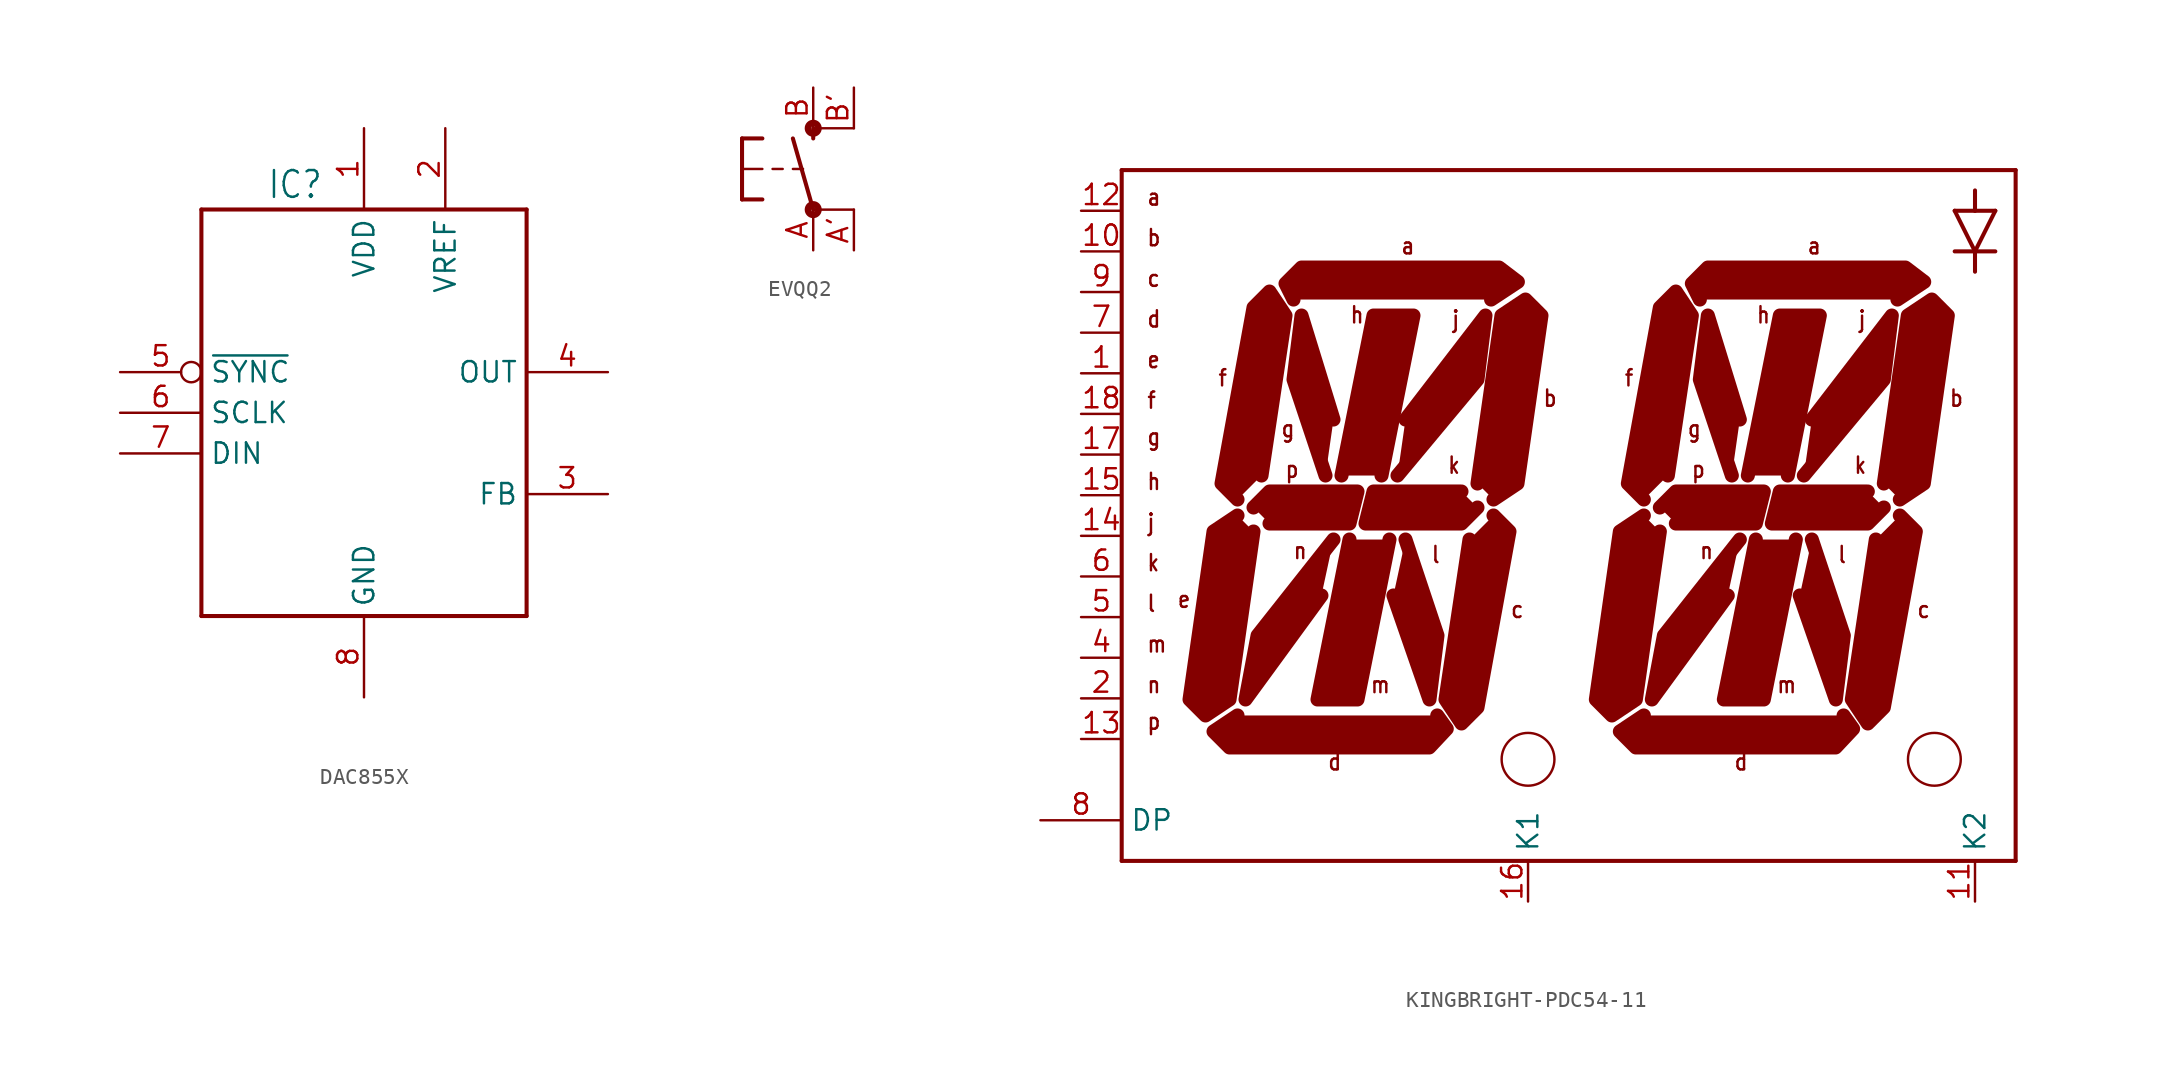
<source format=kicad_sym>
(kicad_symbol_lib
  (version 20231120)
  (generator "kicad_symbol_editor")
  (generator_version "8.0")
  (symbol "DAC855X"
    (property "Reference" "IC"
      (at -2.54 15.24 0)
      (effects (font (size 1.676 1.425)) (justify right top)))
    (property "Value" ""
      (at -10.16 -15.24 0)
      (effects (font (size 1.422 1.209)) (justify left bottom)))
    (property "ki_locked" ""
      (at 0 0 0)
      (effects (font (size 1.27 1.27))))
    (symbol "DAC855X_1_0"
      (polyline (pts (xy -10.16 -12.7) (xy -10.16 12.7)) (stroke (width 0.254) (type solid)) (fill (type none)))
      (polyline (pts (xy -10.16 12.7) (xy 10.16 12.7)) (stroke (width 0.254) (type solid)) (fill (type none)))
      (polyline (pts (xy 10.16 -12.7) (xy -10.16 -12.7)) (stroke (width 0.254) (type solid)) (fill (type none)))
      (polyline (pts (xy 10.16 12.7) (xy 10.16 -12.7)) (stroke (width 0.254) (type solid)) (fill (type none)))
      (pin power_in line (at 0 17.78 270) (length 5.08) (name "VDD" (effects (font (size 1.27 1.27)))) (number "1" (effects (font (size 1.27 1.27)))))
      (pin power_in line (at 5.08 17.78 270) (length 5.08) (name "VREF" (effects (font (size 1.27 1.27)))) (number "2" (effects (font (size 1.27 1.27)))))
      (pin input line (at 15.24 -5.08 180) (length 5.08) (name "FB" (effects (font (size 1.27 1.27)))) (number "3" (effects (font (size 1.27 1.27)))))
      (pin output line (at 15.24 2.54 180) (length 5.08) (name "OUT" (effects (font (size 1.27 1.27)))) (number "4" (effects (font (size 1.27 1.27)))))
      (pin bidirectional inverted (at -15.24 2.54 0) (length 5.08) (name "~{SYNC}" (effects (font (size 1.27 1.27)))) (number "5" (effects (font (size 1.27 1.27)))))
      (pin bidirectional line (at -15.24 0 0) (length 5.08) (name "SCLK" (effects (font (size 1.27 1.27)))) (number "6" (effects (font (size 1.27 1.27)))))
      (pin bidirectional line (at -15.24 -2.54 0) (length 5.08) (name "DIN" (effects (font (size 1.27 1.27)))) (number "7" (effects (font (size 1.27 1.27)))))
      (pin power_in line (at 0 -17.78 90) (length 5.08) (name "GND" (effects (font (size 1.27 1.27)))) (number "8" (effects (font (size 1.27 1.27)))))))
  (symbol "EVQQ2"
    (property "Reference" ""
      (at -6.35 -2.54 90)
      (effects (font (size 1.778 1.511)) (justify left bottom) (hide yes)))
    (property "Value" ""
      (at -3.81 3.175 90)
      (effects (font (size 1.778 1.511)) (justify left bottom)))
    (property "ki_locked" ""
      (at 0 0 0)
      (effects (font (size 1.27 1.27))))
    (symbol "EVQQ2_1_0"
      (circle (center 0 -2.54) (radius 0.127) (stroke (width 0.406) (type solid)) (fill (type none)))
      (polyline (pts (xy -4.445 -1.905) (xy -3.175 -1.905)) (stroke (width 0.254) (type solid)) (fill (type none)))
      (polyline (pts (xy -4.445 0) (xy -4.445 -1.905)) (stroke (width 0.254) (type solid)) (fill (type none)))
      (polyline (pts (xy -4.445 0) (xy -3.175 0)) (stroke (width 0.152) (type solid)) (fill (type none)))
      (polyline (pts (xy -4.445 1.905) (xy -4.445 0)) (stroke (width 0.254) (type solid)) (fill (type none)))
      (polyline (pts (xy -4.445 1.905) (xy -3.175 1.905)) (stroke (width 0.254) (type solid)) (fill (type none)))
      (polyline (pts (xy -2.54 0) (xy -1.905 0)) (stroke (width 0.152) (type solid)) (fill (type none)))
      (polyline (pts (xy -1.27 0) (xy -0.635 0)) (stroke (width 0.152) (type solid)) (fill (type none)))
      (polyline (pts (xy 0 -2.54) (xy -1.27 1.905)) (stroke (width 0.254) (type solid)) (fill (type none)))
      (polyline (pts (xy 0 1.905) (xy 0 2.54)) (stroke (width 0.254) (type solid)) (fill (type none)))
      (polyline (pts (xy 2.54 -2.54) (xy 0 -2.54)) (stroke (width 0.152) (type solid)) (fill (type none)))
      (polyline (pts (xy 2.54 2.54) (xy 0 2.54)) (stroke (width 0.152) (type solid)) (fill (type none)))
      (circle (center 0 2.54) (radius 0.127) (stroke (width 0.406) (type solid)) (fill (type none)))
      (pin passive line (at 0 -5.08 90) (length 2.54) (name "P" (effects (font (size 0 0)))) (number "A" (effects (font (size 1.27 1.27)))))
      (pin passive line (at 2.54 -5.08 90) (length 2.54) (name "P1" (effects (font (size 0 0)))) (number "A'" (effects (font (size 1.27 1.27)))))
      (pin passive line (at 0 5.08 270) (length 2.54) (name "S" (effects (font (size 0 0)))) (number "B" (effects (font (size 1.27 1.27)))))
      (pin passive line (at 2.54 5.08 270) (length 2.54) (name "S1" (effects (font (size 0 0)))) (number "B'" (effects (font (size 1.27 1.27)))))))
  (symbol "KINGBRIGHT-PDC54-11"
    (property "Reference" ""
      (at -12.7 19.05 0)
      (effects (font (size 1.778 1.511)) (justify left bottom) (hide yes)))
    (property "Value" ""
      (at 3.81 19.05 0)
      (effects (font (size 1.778 1.511)) (justify left bottom)))
    (property "ki_locked" ""
      (at 0 0 0)
      (effects (font (size 1.27 1.27))))
    (symbol "KINGBRIGHT-PDC54-11_1_0"
      (polyline (pts (xy -12.7 -25.4) (xy -12.7 17.78)) (stroke (width 0.254) (type solid)) (fill (type none)))
      (polyline (pts (xy -12.7 17.78) (xy 43.18 17.78)) (stroke (width 0.254) (type solid)) (fill (type none)))
      (polyline (pts (xy 39.37 12.7) (xy 40.64 12.7)) (stroke (width 0.254) (type solid)) (fill (type none)))
      (polyline (pts (xy 39.37 15.24) (xy 40.64 12.7)) (stroke (width 0.254) (type solid)) (fill (type none)))
      (polyline (pts (xy 40.64 12.7) (xy 40.64 11.43)) (stroke (width 0.254) (type solid)) (fill (type none)))
      (polyline (pts (xy 40.64 12.7) (xy 41.91 12.7)) (stroke (width 0.254) (type solid)) (fill (type none)))
      (polyline (pts (xy 40.64 12.7) (xy 41.91 15.24)) (stroke (width 0.254) (type solid)) (fill (type none)))
      (polyline (pts (xy 40.64 15.24) (xy 39.37 15.24)) (stroke (width 0.254) (type solid)) (fill (type none)))
      (polyline (pts (xy 40.64 15.24) (xy 40.64 16.51)) (stroke (width 0.254) (type solid)) (fill (type none)))
      (polyline (pts (xy 41.91 15.24) (xy 40.64 15.24)) (stroke (width 0.254) (type solid)) (fill (type none)))
      (polyline (pts (xy 43.18 -25.4) (xy -12.7 -25.4)) (stroke (width 0.254) (type solid)) (fill (type none)))
      (polyline (pts (xy 43.18 17.78) (xy 43.18 -25.4)) (stroke (width 0.254) (type solid)) (fill (type none)))
      (polyline (pts (xy 0.54 -5.31) (xy -4.206 -11.31) (xy -4.96 -15.31) (xy -0.214 -8.81)) (stroke (width 0.878) (type solid)) (fill (type outline)))
      (polyline (pts (xy 0.54 2.19) (xy -1.46 8.69) (xy -1.96 4.69) (xy 0.04 -1.31)) (stroke (width 0.878) (type solid)) (fill (type outline)))
      (polyline (pts (xy 1.54 -5.31) (xy -0.46 -15.31) (xy 2.04 -15.31) (xy 4.04 -5.31)) (stroke (width 0.878) (type solid)) (fill (type outline)))
      (polyline (pts (xy 3.54 -1.31) (xy 5.54 8.69) (xy 3.04 8.69) (xy 1.04 -1.31)) (stroke (width 0.878) (type solid)) (fill (type outline)))
      (polyline (pts (xy 4.286 -8.81) (xy 6.54 -15.31) (xy 7.04 -11.31) (xy 5.04 -5.31)) (stroke (width 0.878) (type solid)) (fill (type outline)))
      (polyline (pts (xy 4.54 -1.31) (xy 9.54 4.69) (xy 10.04 8.69) (xy 5.04 2.19)) (stroke (width 0.878) (type solid)) (fill (type outline)))
      (polyline (pts (xy 25.94 -5.31) (xy 21.194 -11.31) (xy 20.44 -15.31) (xy 25.186 -8.81)) (stroke (width 0.878) (type solid)) (fill (type outline)))
      (polyline (pts (xy 25.94 2.19) (xy 23.94 8.69) (xy 23.44 4.69) (xy 25.44 -1.31)) (stroke (width 0.878) (type solid)) (fill (type outline)))
      (polyline (pts (xy 26.94 -5.31) (xy 24.94 -15.31) (xy 27.44 -15.31) (xy 29.44 -5.31)) (stroke (width 0.878) (type solid)) (fill (type outline)))
      (polyline (pts (xy 28.94 -1.31) (xy 30.94 8.69) (xy 28.44 8.69) (xy 26.44 -1.31)) (stroke (width 0.878) (type solid)) (fill (type outline)))
      (polyline (pts (xy 29.686 -8.81) (xy 31.94 -15.31) (xy 32.44 -11.31) (xy 30.44 -5.31)) (stroke (width 0.878) (type solid)) (fill (type outline)))
      (polyline (pts (xy 29.94 -1.31) (xy 34.94 4.69) (xy 35.44 8.69) (xy 30.44 2.19)) (stroke (width 0.878) (type solid)) (fill (type outline)))
      (polyline (pts (xy -4.46 -3.31) (xy -3.46 -2.31) (xy 2.04 -2.31) (xy 1.54 -4.31) (xy -3.46 -4.31)) (stroke (width 0.878) (type solid)) (fill (type outline)))
      (polyline (pts (xy 9.54 -3.31) (xy 8.54 -4.31) (xy 2.54 -4.31) (xy 3.04 -2.31) (xy 8.54 -2.31)) (stroke (width 0.878) (type solid)) (fill (type outline)))
      (polyline (pts (xy 20.94 -3.31) (xy 21.94 -2.31) (xy 27.44 -2.31) (xy 26.94 -4.31) (xy 21.94 -4.31)) (stroke (width 0.878) (type solid)) (fill (type outline)))
      (polyline (pts (xy 34.94 -3.31) (xy 33.94 -4.31) (xy 27.94 -4.31) (xy 28.44 -2.31) (xy 33.94 -2.31)) (stroke (width 0.878) (type solid)) (fill (type outline)))
      (polyline (pts (xy -4.46 -4.81) (xy -5.96 -15.31) (xy -7.46 -16.31) (xy -8.46 -15.31) (xy -6.96 -4.81) (xy -5.46 -3.81)) (stroke (width 0.878) (type solid)) (fill (type outline)))
      (polyline (pts (xy -3.96 -1.31) (xy -2.46 8.69) (xy -3.46 10.19) (xy -4.46 9.19) (xy -6.46 -1.81) (xy -5.46 -2.81)) (stroke (width 0.878) (type solid)) (fill (type outline)))
      (polyline (pts (xy -1.96 9.69) (xy -2.46 10.69) (xy -1.46 11.69) (xy 10.89 11.69) (xy 12.065 10.795) (xy 10.39 9.69)) (stroke (width 0.878) (type solid)) (fill (type outline)))
      (polyline (pts (xy 7.025 -16.31) (xy 7.62 -17.145) (xy 6.525 -18.31) (xy -5.96 -18.31) (xy -6.96 -17.31) (xy -5.46 -16.31)) (stroke (width 0.878) (type solid)) (fill (type outline)))
      (polyline (pts (xy 9.04 -5.31) (xy 7.54 -15.31) (xy 8.54 -16.81) (xy 9.54 -15.81) (xy 11.54 -4.81) (xy 10.54 -3.81)) (stroke (width 0.878) (type solid)) (fill (type outline)))
      (polyline (pts (xy 9.54 -1.81) (xy 11.04 8.69) (xy 12.54 9.69) (xy 13.54 8.69) (xy 12.04 -1.81) (xy 10.54 -2.81)) (stroke (width 0.878) (type solid)) (fill (type outline)))
      (polyline (pts (xy 20.94 -4.81) (xy 19.44 -15.31) (xy 17.94 -16.31) (xy 16.94 -15.31) (xy 18.44 -4.81) (xy 19.94 -3.81)) (stroke (width 0.878) (type solid)) (fill (type outline)))
      (polyline (pts (xy 21.44 -1.31) (xy 22.94 8.69) (xy 21.94 10.19) (xy 20.94 9.19) (xy 18.94 -1.81) (xy 19.94 -2.81)) (stroke (width 0.878) (type solid)) (fill (type outline)))
      (polyline (pts (xy 23.44 9.69) (xy 22.94 10.69) (xy 23.94 11.69) (xy 36.29 11.69) (xy 37.465 10.795) (xy 35.79 9.69)) (stroke (width 0.878) (type solid)) (fill (type outline)))
      (polyline (pts (xy 32.425 -16.31) (xy 33.02 -17.145) (xy 31.925 -18.31) (xy 19.44 -18.31) (xy 18.44 -17.31) (xy 19.94 -16.31)) (stroke (width 0.878) (type solid)) (fill (type outline)))
      (polyline (pts (xy 34.44 -5.31) (xy 32.94 -15.31) (xy 33.94 -16.81) (xy 34.94 -15.81) (xy 36.94 -4.81) (xy 35.94 -3.81)) (stroke (width 0.878) (type solid)) (fill (type outline)))
      (polyline (pts (xy 34.94 -1.81) (xy 36.44 8.69) (xy 37.94 9.69) (xy 38.94 8.69) (xy 37.44 -1.81) (xy 35.94 -2.81)) (stroke (width 0.878) (type solid)) (fill (type outline)))
      (circle (center 12.7 -19.05) (radius 1.65) (stroke (width 0) (type solid)) (fill (type none)))
      (circle (center 38.1 -19.05) (radius 1.65) (stroke (width 0) (type solid)) (fill (type none)))
      (text "a" (at -11.176 15.494 0) (effects (font (size 1.016 0.864)) (justify left bottom)))
      (text "a" (at 4.699 12.446 0) (effects (font (size 1.016 0.864)) (justify left bottom)))
      (text "a" (at 30.099 12.446 0) (effects (font (size 1.016 0.864)) (justify left bottom)))
      (text "b" (at -11.176 12.954 0) (effects (font (size 1.016 0.864)) (justify left bottom)))
      (text "b" (at 13.589 2.921 0) (effects (font (size 1.016 0.864)) (justify left bottom)))
      (text "b" (at 38.989 2.921 0) (effects (font (size 1.016 0.864)) (justify left bottom)))
      (text "c" (at -11.176 10.414 0) (effects (font (size 1.016 0.864)) (justify left bottom)))
      (text "c" (at 11.557 -10.287 0) (effects (font (size 1.016 0.864)) (justify left bottom)))
      (text "c" (at 36.957 -10.287 0) (effects (font (size 1.016 0.864)) (justify left bottom)))
      (text "d" (at -11.176 7.874 0) (effects (font (size 1.016 0.864)) (justify left bottom)))
      (text "d" (at 0.127 -19.812 0) (effects (font (size 1.016 0.864)) (justify left bottom)))
      (text "d" (at 25.527 -19.812 0) (effects (font (size 1.016 0.864)) (justify left bottom)))
      (text "e" (at -11.176 5.334 0) (effects (font (size 1.016 0.864)) (justify left bottom)))
      (text "e" (at -9.271 -9.652 0) (effects (font (size 1.016 0.864)) (justify left bottom)))
      (text "f" (at -11.176 2.794 0) (effects (font (size 1.016 0.864)) (justify left bottom)))
      (text "f" (at -6.731 4.191 0) (effects (font (size 1.016 0.864)) (justify left bottom)))
      (text "f" (at 18.669 4.191 0) (effects (font (size 1.016 0.864)) (justify left bottom)))
      (text "g" (at -11.176 0.508 0) (effects (font (size 1.016 0.864)) (justify left bottom)))
      (text "g" (at -2.794 1.016 0) (effects (font (size 1.016 0.864)) (justify left bottom)))
      (text "g" (at 22.606 1.016 0) (effects (font (size 1.016 0.864)) (justify left bottom)))
      (text "h" (at -11.176 -2.286 0) (effects (font (size 1.016 0.864)) (justify left bottom)))
      (text "h" (at 1.524 8.128 0) (effects (font (size 1.016 0.864)) (justify left bottom)))
      (text "h" (at 26.924 8.128 0) (effects (font (size 1.016 0.864)) (justify left bottom)))
      (text "j" (at -11.176 -4.826 0) (effects (font (size 1.016 0.864)) (justify left bottom)))
      (text "j" (at 7.874 7.874 0) (effects (font (size 1.016 0.864)) (justify left bottom)))
      (text "j" (at 33.274 7.874 0) (effects (font (size 1.016 0.864)) (justify left bottom)))
      (text "k" (at -11.176 -7.366 0) (effects (font (size 1.016 0.864)) (justify left bottom)))
      (text "k" (at 7.62 -1.27 0) (effects (font (size 1.016 0.864)) (justify left bottom)))
      (text "k" (at 33.02 -1.27 0) (effects (font (size 1.016 0.864)) (justify left bottom)))
      (text "l" (at -11.176 -9.906 0) (effects (font (size 1.016 0.864)) (justify left bottom)))
      (text "l" (at 6.604 -6.858 0) (effects (font (size 1.016 0.864)) (justify left bottom)))
      (text "l" (at 32.004 -6.858 0) (effects (font (size 1.016 0.864)) (justify left bottom)))
      (text "m" (at -11.176 -12.446 0) (effects (font (size 1.016 0.864)) (justify left bottom)))
      (text "m" (at 2.794 -14.986 0) (effects (font (size 1.016 0.864)) (justify left bottom)))
      (text "m" (at 28.194 -14.986 0) (effects (font (size 1.016 0.864)) (justify left bottom)))
      (text "n" (at -11.176 -14.986 0) (effects (font (size 1.016 0.864)) (justify left bottom)))
      (text "n" (at -2.032 -6.604 0) (effects (font (size 1.016 0.864)) (justify left bottom)))
      (text "n" (at 23.368 -6.604 0) (effects (font (size 1.016 0.864)) (justify left bottom)))
      (text "p" (at -11.176 -17.272 0) (effects (font (size 1.016 0.864)) (justify left bottom)))
      (text "p" (at -2.54 -1.524 0) (effects (font (size 1.016 0.864)) (justify left bottom)))
      (text "p" (at 22.86 -1.524 0) (effects (font (size 1.016 0.864)) (justify left bottom)))
      (pin passive line (at -15.24 5.08 0) (length 2.54) (name "E" (effects (font (size 0 0)))) (number "1" (effects (font (size 1.27 1.27)))))
      (pin passive line (at -15.24 12.7 0) (length 2.54) (name "B" (effects (font (size 0 0)))) (number "10" (effects (font (size 1.27 1.27)))))
      (pin passive line (at 40.64 -27.94 90) (length 2.54) (name "K2" (effects (font (size 1.27 1.27)))) (number "11" (effects (font (size 1.27 1.27)))))
      (pin passive line (at -15.24 15.24 0) (length 2.54) (name "A" (effects (font (size 0 0)))) (number "12" (effects (font (size 1.27 1.27)))))
      (pin passive line (at -15.24 -17.78 0) (length 2.54) (name "P" (effects (font (size 0 0)))) (number "13" (effects (font (size 1.27 1.27)))))
      (pin passive line (at -15.24 -5.08 0) (length 2.54) (name "J" (effects (font (size 0 0)))) (number "14" (effects (font (size 1.27 1.27)))))
      (pin passive line (at -15.24 -2.54 0) (length 2.54) (name "H" (effects (font (size 0 0)))) (number "15" (effects (font (size 1.27 1.27)))))
      (pin passive line (at 12.7 -27.94 90) (length 2.54) (name "K1" (effects (font (size 1.27 1.27)))) (number "16" (effects (font (size 1.27 1.27)))))
      (pin passive line (at -15.24 0 0) (length 2.54) (name "G" (effects (font (size 0 0)))) (number "17" (effects (font (size 1.27 1.27)))))
      (pin passive line (at -15.24 2.54 0) (length 2.54) (name "F" (effects (font (size 0 0)))) (number "18" (effects (font (size 1.27 1.27)))))
      (pin passive line (at -15.24 -15.24 0) (length 2.54) (name "N" (effects (font (size 0 0)))) (number "2" (effects (font (size 1.27 1.27)))))
      (pin passive line (at -15.24 -12.7 0) (length 2.54) (name "M" (effects (font (size 0 0)))) (number "4" (effects (font (size 1.27 1.27)))))
      (pin passive line (at -15.24 -10.16 0) (length 2.54) (name "L" (effects (font (size 0 0)))) (number "5" (effects (font (size 1.27 1.27)))))
      (pin passive line (at -15.24 -7.62 0) (length 2.54) (name "K" (effects (font (size 0 0)))) (number "6" (effects (font (size 1.27 1.27)))))
      (pin passive line (at -15.24 7.62 0) (length 2.54) (name "D" (effects (font (size 0 0)))) (number "7" (effects (font (size 1.27 1.27)))))
      (pin passive line (at -17.78 -22.86 0) (length 5.08) (name "DP" (effects (font (size 1.27 1.27)))) (number "8" (effects (font (size 1.27 1.27)))))
      (pin passive line (at -15.24 10.16 0) (length 2.54) (name "C" (effects (font (size 0 0)))) (number "9" (effects (font (size 1.27 1.27))))))))
</source>
